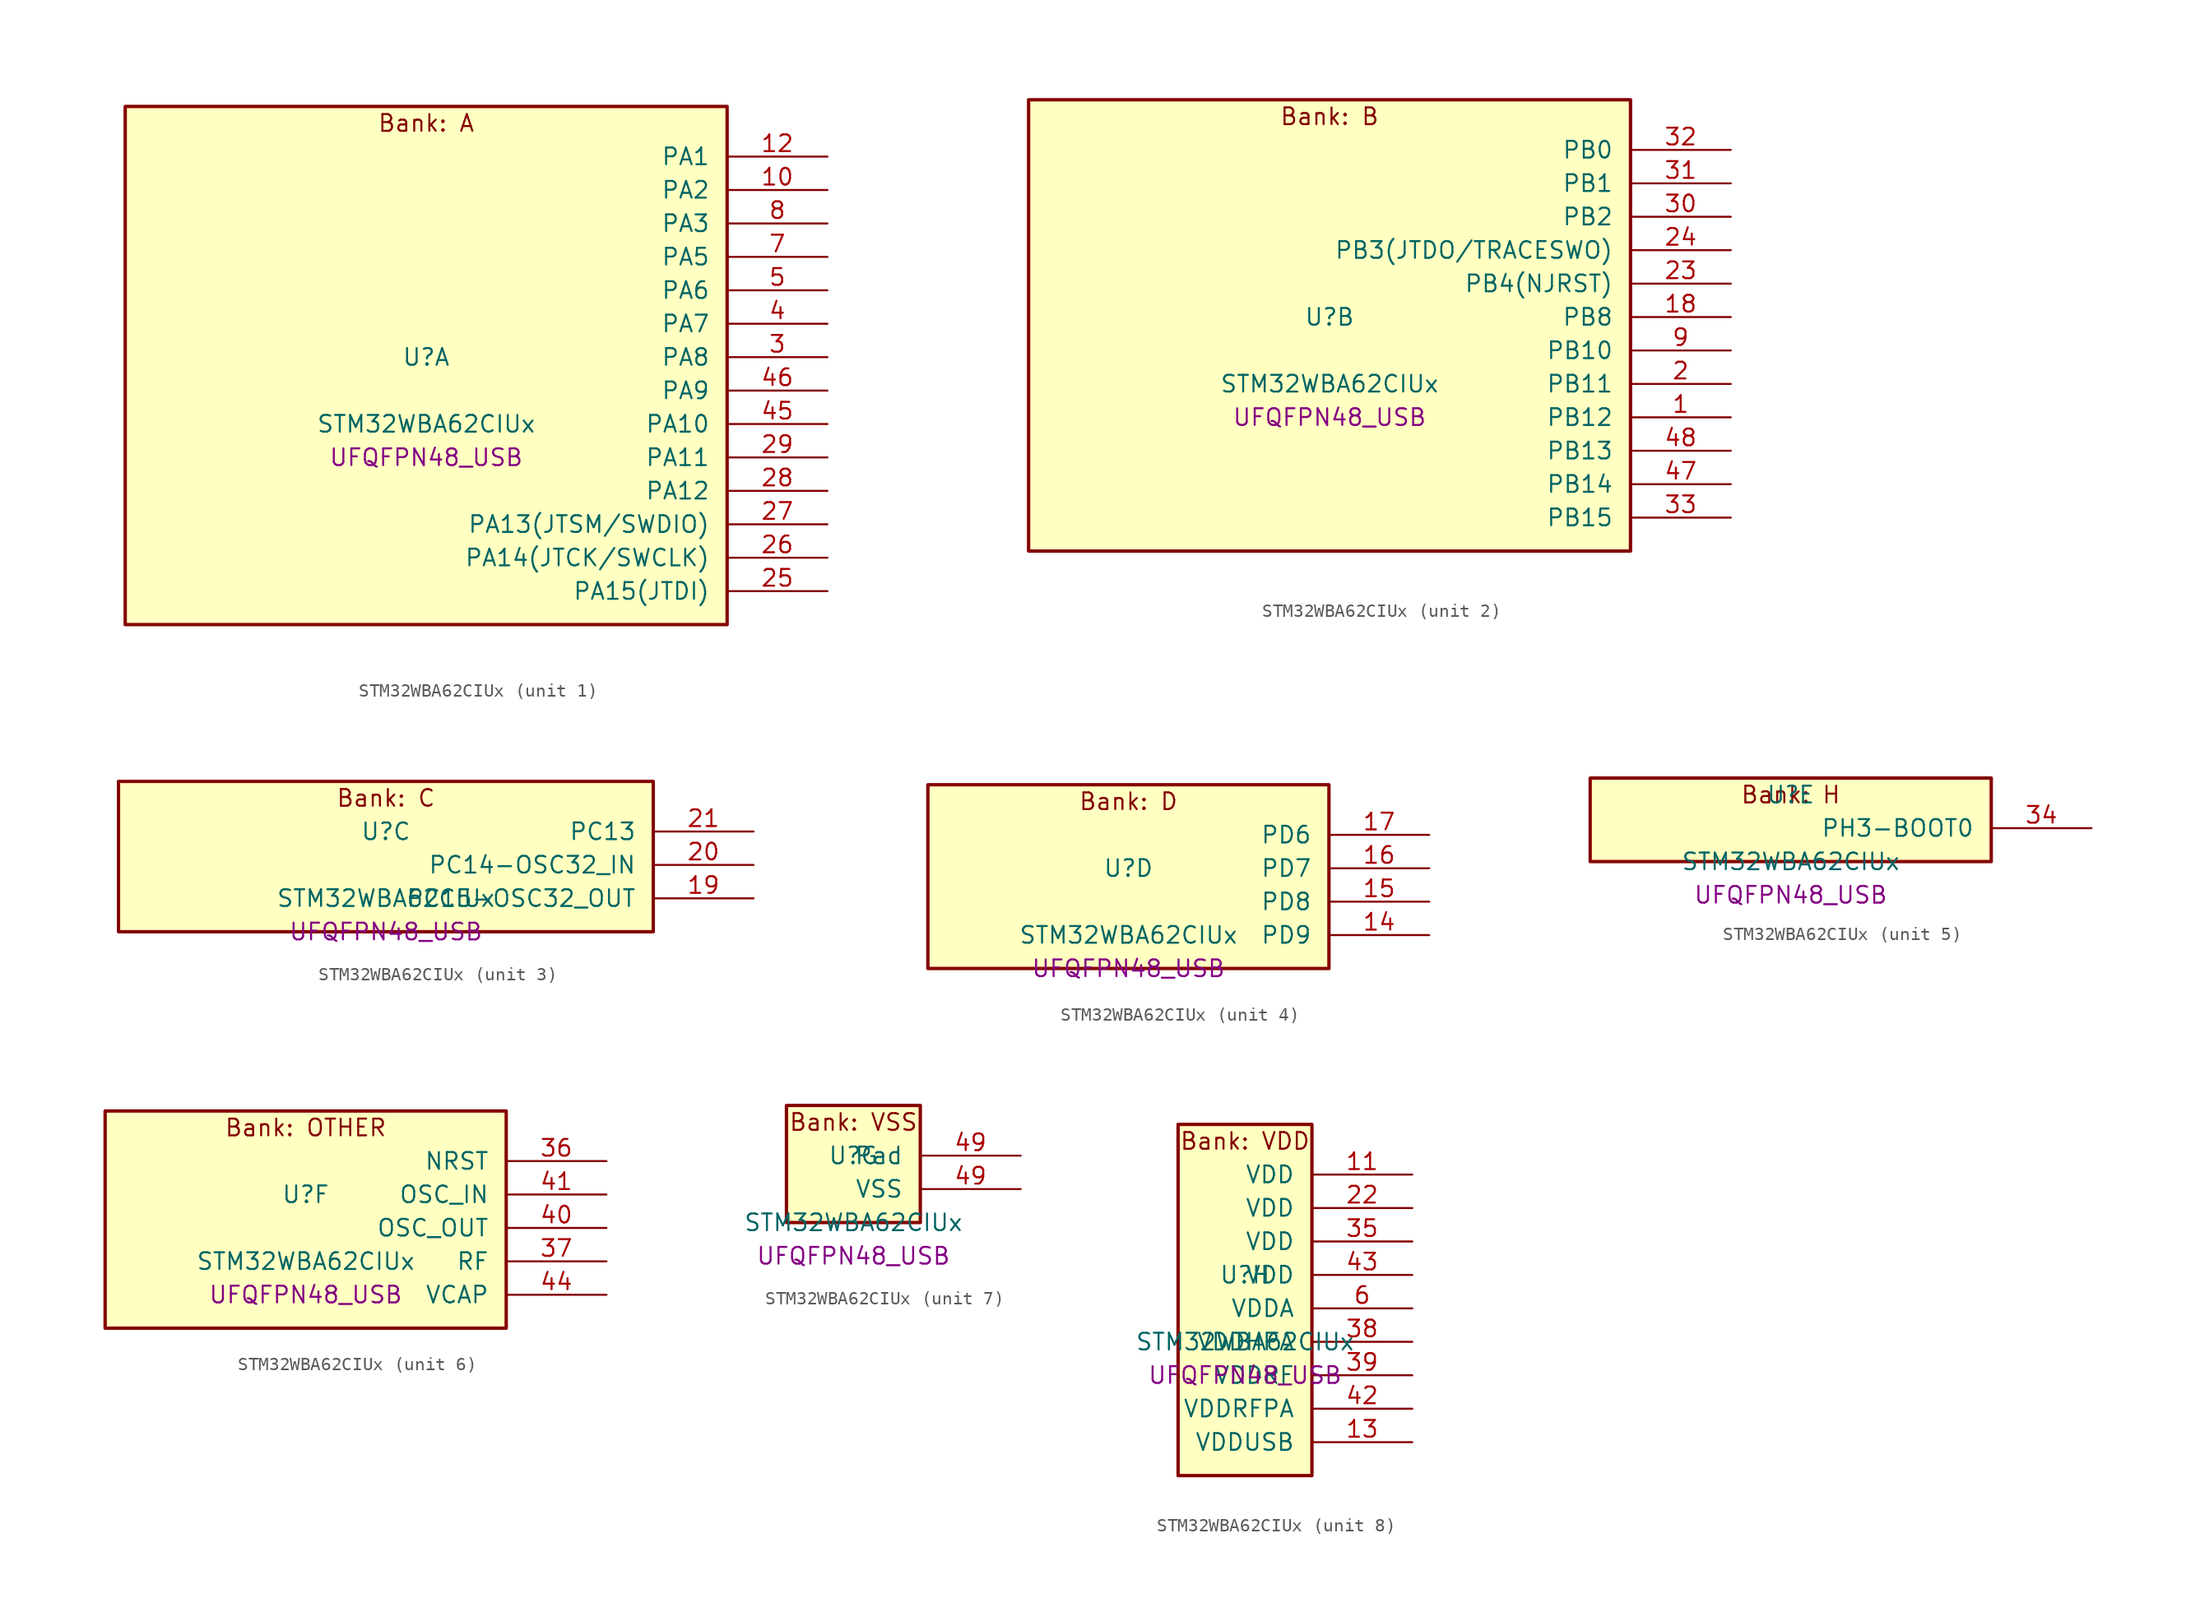
<source format=kicad_sym>
(kicad_symbol_lib
  (version 20241209)
  (generator "stm32_pkl_generator")
  (generator_version "1.0")
  (symbol "STM32WBA62CIUx"
    (pin_names
      (offset 1.27))
    (property "Reference" "U"
      (at 0 2.54 0))
    (property "Value" "STM32WBA62CIUx"
      (at 0 -2.54 0))
    (property "Footprint" "UFQFPN48_USB"
      (at 0 -5.08 0))
    (symbol "STM32WBA62CIUx_1_1"
      (rectangle (start -22.86 21.59) (end 22.86 -17.78) (stroke (width 0.254) (type solid)) (fill (type background)))
      (text "Bank: A" (at 0 20.32 0))
      (pin bidirectional line (at 30.48 17.78 180) (length 7.62) (name "PA1") (number "12") (alternate "PA1/ADC4_IN8" bidirectional line) (alternate "PA1/COMP1_INM" bidirectional line) (alternate "PA1/LPTIM2_CH2" bidirectional line) (alternate "PA1/LPUART1_RX" bidirectional line) (alternate "PA1/PWR_WKUP3" bidirectional line) (alternate "PA1/SAI1_CK1" bidirectional line) (alternate "PA1/SPI1_RDY" bidirectional line) (alternate "PA1/SPI3_MISO" bidirectional line) (alternate "PA1/TIM17_CH1" bidirectional line) (alternate "PA1/TIM1_CH1N" bidirectional line) (alternate "PA1/TIM3_CH2" bidirectional line) (alternate "PA1/TSC_G2_IO1" bidirectional line) (alternate "PA1/USART1_CK" bidirectional line))
      (pin bidirectional line (at 30.48 15.24 180) (length 7.62) (name "PA2") (number "10") (alternate "PA2/ADC4_IN7" bidirectional line) (alternate "PA2/COMP1_INP" bidirectional line) (alternate "PA2/LPUART1_TX" bidirectional line) (alternate "PA2/PWR_WKUP4" bidirectional line) (alternate "PA2/RCC_LSCO" bidirectional line) (alternate "PA2/SAI1_D1" bidirectional line) (alternate "PA2/TIM16_CH1" bidirectional line) (alternate "PA2/TIM1_BKIN" bidirectional line) (alternate "PA2/TIM3_CH1" bidirectional line) (alternate "PA2/TSC_G4_IO4" bidirectional line) (alternate "PA2/USART1_DE" bidirectional line) (alternate "PA2/USART1_RTS" bidirectional line))
      (pin bidirectional line (at 30.48 12.7 180) (length 7.62) (name "PA3") (number "8") (alternate "PA3/ADC4_IN6" bidirectional line) (alternate "PA3/PWR_WKUP5" bidirectional line) (alternate "PA3/TIM16_CH1N" bidirectional line) (alternate "PA3/TSC_G4_IO2" bidirectional line) (alternate "PA3/USART1_DE" bidirectional line) (alternate "PA3/USART1_RTS" bidirectional line))
      (pin bidirectional line (at 30.48 10.16 180) (length 7.62) (name "PA5") (number "7") (alternate "PA5/ADC4_IN4" bidirectional line) (alternate "PA5/AUDIOCLK" bidirectional line) (alternate "PA5/LPTIM2_ETR" bidirectional line) (alternate "PA5/PWR_CSLEEP" bidirectional line) (alternate "PA5/PWR_WKUP6" bidirectional line) (alternate "PA5/SAI1_D2" bidirectional line) (alternate "PA5/SPI3_NSS" bidirectional line) (alternate "PA5/TIM2_CH1" bidirectional line) (alternate "PA5/TIM2_ETR" bidirectional line) (alternate "PA5/TSC_G1_IO4" bidirectional line) (alternate "PA5/USART1_CK" bidirectional line) (alternate "PA5/USART3_RX" bidirectional line))
      (pin bidirectional line (at 30.48 7.62 180) (length 7.62) (name "PA6") (number "5") (alternate "PA6/ADC4_IN3" bidirectional line) (alternate "PA6/I2C3_SCL" bidirectional line) (alternate "PA6/PWR_CSTOP" bidirectional line) (alternate "PA6/PWR_WKUP7" bidirectional line) (alternate "PA6/SAI1_CK2" bidirectional line) (alternate "PA6/SAI1_MCLK_A" bidirectional line) (alternate "PA6/SPI3_RDY" bidirectional line) (alternate "PA6/TIM2_CH4" bidirectional line) (alternate "PA6/TSC_G1_IO3" bidirectional line) (alternate "PA6/USART1_DE" bidirectional line) (alternate "PA6/USART1_RTS" bidirectional line) (alternate "PA6/USART3_CTS" bidirectional line))
      (pin bidirectional line (at 30.48 5.08 180) (length 7.62) (name "PA7") (number "4") (alternate "PA7/ADC4_IN2" bidirectional line) (alternate "PA7/COMP1_OUT" bidirectional line) (alternate "PA7/I2C3_SDA" bidirectional line) (alternate "PA7/PWR_WKUP8" bidirectional line) (alternate "PA7/SAI1_SCK_A" bidirectional line) (alternate "PA7/SPI3_SCK" bidirectional line) (alternate "PA7/TAMP_IN1" bidirectional line) (alternate "PA7/TAMP_OUT2" bidirectional line) (alternate "PA7/TIM2_CH3" bidirectional line) (alternate "PA7/TSC_G1_IO2" bidirectional line) (alternate "PA7/USART1_CTS" bidirectional line) (alternate "PA7/USART3_TX" bidirectional line))
      (pin bidirectional line (at 30.48 2.54 180) (length 7.62) (name "PA8") (number "3") (alternate "PA8/ADC4_IN1" bidirectional line) (alternate "PA8/LPTIM1_CH2" bidirectional line) (alternate "PA8/RCC_MCO" bidirectional line) (alternate "PA8/SAI1_FS_A" bidirectional line) (alternate "PA8/SPI3_RDY" bidirectional line) (alternate "PA8/TIM2_CH2" bidirectional line) (alternate "PA8/TSC_G1_IO1" bidirectional line) (alternate "PA8/USART1_RX" bidirectional line) (alternate "PA8/USB_OTG_HS_SOF" bidirectional line))
      (pin bidirectional line (at 30.48 0 180) (length 7.62) (name "PA9") (number "46") (alternate "PA9/LPUART1_DE" bidirectional line) (alternate "PA9/LPUART1_RTS" bidirectional line) (alternate "PA9/SAI1_CK1" bidirectional line) (alternate "PA9/TIM3_CH2" bidirectional line))
      (pin bidirectional line (at 30.48 -2.54 180) (length 7.62) (name "PA10") (number "45") (alternate "PA10/LPUART1_RX" bidirectional line) (alternate "PA10/SAI1_D1" bidirectional line) (alternate "PA10/TIM3_CH1" bidirectional line))
      (pin bidirectional line (at 30.48 -5.08 180) (length 7.62) (name "PA11") (number "29") (alternate "PA11/LPTIM2_CH1" bidirectional line) (alternate "PA11/RF_ANTSW1" bidirectional line) (alternate "PA11/TIM1_CH1" bidirectional line) (alternate "PA11/USART2_RX" bidirectional line))
      (pin bidirectional line (at 30.48 -7.62 180) (length 7.62) (name "PA12") (number "28") (alternate "PA12/PTA_STATUS" bidirectional line) (alternate "PA12/PWR_WKUP6" bidirectional line) (alternate "PA12/RF_ANTSW0" bidirectional line) (alternate "PA12/SPI1_NSS" bidirectional line) (alternate "PA12/TIM1_CH2" bidirectional line) (alternate "PA12/TSC_G3_IO4" bidirectional line) (alternate "PA12/USART2_TX" bidirectional line))
      (pin bidirectional line (at 30.48 -10.16 180) (length 7.62) (name "PA13(JTSM/SWDIO)") (number "27") (alternate "PA13(JTSM/SWDIO)/DEBUG_JTMS-SWDIO" bidirectional line) (alternate "PA13(JTSM/SWDIO)/PTA_PRIORITY" bidirectional line))
      (pin bidirectional line (at 30.48 -12.7 180) (length 7.62) (name "PA14(JTCK/SWCLK)") (number "26") (alternate "PA14(JTCK/SWCLK)/DEBUG_JTCK-SWCLK" bidirectional line) (alternate "PA14(JTCK/SWCLK)/I2C4_SMBA" bidirectional line) (alternate "PA14(JTCK/SWCLK)/PTA_STATUS" bidirectional line) (alternate "PA14(JTCK/SWCLK)/TAMP_IN3" bidirectional line) (alternate "PA14(JTCK/SWCLK)/TAMP_OUT6" bidirectional line) (alternate "PA14(JTCK/SWCLK)/USART2_TX" bidirectional line) (alternate "PA14(JTCK/SWCLK)/USB_OTG_HS_SOF" bidirectional line))
      (pin bidirectional line (at 30.48 -15.24 180) (length 7.62) (name "PA15(JTDI)") (number "25") (alternate "PA15(JTDI)/ADC4_EXTI15" bidirectional line) (alternate "PA15(JTDI)/DEBUG_JTDI" bidirectional line) (alternate "PA15(JTDI)/I2C1_SCL" bidirectional line) (alternate "PA15(JTDI)/LPTIM1_CH2" bidirectional line) (alternate "PA15(JTDI)/PTA_STATUS" bidirectional line) (alternate "PA15(JTDI)/SPI1_MOSI" bidirectional line) (alternate "PA15(JTDI)/TIM17_BKIN" bidirectional line) (alternate "PA15(JTDI)/TIM1_ETR" bidirectional line) (alternate "PA15(JTDI)/TSC_G3_IO3" bidirectional line) (alternate "PA15(JTDI)/USART2_DE" bidirectional line) (alternate "PA15(JTDI)/USART2_RTS" bidirectional line) (alternate "PA15(JTDI)/USART3_DE" bidirectional line) (alternate "PA15(JTDI)/USART3_RTS" bidirectional line)))
    (symbol "STM32WBA62CIUx_2_1"
      (rectangle (start -22.86 19.05) (end 22.86 -15.24) (stroke (width 0.254) (type solid)) (fill (type background)))
      (text "Bank: B" (at 0 17.78 0))
      (pin bidirectional line (at 30.48 15.24 180) (length 7.62) (name "PB0") (number "32") (alternate "PB0/LPTIM2_IN2" bidirectional line) (alternate "PB0/TIM1_CH3N" bidirectional line) (alternate "PB0/USART2_TX" bidirectional line) (alternate "PB0/USART3_CK" bidirectional line))
      (pin bidirectional line (at 30.48 12.7 180) (length 7.62) (name "PB1") (number "31") (alternate "PB1/I2C1_SDA" bidirectional line) (alternate "PB1/I2C3_SDA" bidirectional line) (alternate "PB1/PWR_WKUP4" bidirectional line) (alternate "PB1/TIM1_CH2N" bidirectional line) (alternate "PB1/USART2_DE" bidirectional line) (alternate "PB1/USART2_RTS" bidirectional line) (alternate "PB1/USART3_DE" bidirectional line) (alternate "PB1/USART3_RTS" bidirectional line))
      (pin bidirectional line (at 30.48 10.16 180) (length 7.62) (name "PB2") (number "30") (alternate "PB2/I2C1_SCL" bidirectional line) (alternate "PB2/I2C3_SCL" bidirectional line) (alternate "PB2/PWR_WKUP1" bidirectional line) (alternate "PB2/RF_ANTSW2" bidirectional line) (alternate "PB2/RTC_OUT2" bidirectional line) (alternate "PB2/TIM1_CH1N" bidirectional line) (alternate "PB2/USART2_CTS" bidirectional line))
      (pin bidirectional line (at 30.48 7.62 180) (length 7.62) (name "PB3(JTDO/TRACESWO)") (number "24") (alternate "PB3(JTDO/TRACESWO)/DEBUG_JTDO-SWO" bidirectional line) (alternate "PB3(JTDO/TRACESWO)/I2C1_SDA" bidirectional line) (alternate "PB3(JTDO/TRACESWO)/LPTIM1_IN2" bidirectional line) (alternate "PB3(JTDO/TRACESWO)/PTA_ACTIVE" bidirectional line) (alternate "PB3(JTDO/TRACESWO)/SPI1_MISO" bidirectional line) (alternate "PB3(JTDO/TRACESWO)/TIM17_CH1N" bidirectional line) (alternate "PB3(JTDO/TRACESWO)/TIM1_CH4" bidirectional line) (alternate "PB3(JTDO/TRACESWO)/TSC_G3_IO2" bidirectional line) (alternate "PB3(JTDO/TRACESWO)/USART2_CK" bidirectional line))
      (pin bidirectional line (at 30.48 5.08 180) (length 7.62) (name "PB4(NJRST)") (number "23") (alternate "PB4(NJRST)/DEBUG_NJTRST" bidirectional line) (alternate "PB4(NJRST)/LPTIM2_IN2" bidirectional line) (alternate "PB4(NJRST)/PTA_ACTIVE" bidirectional line) (alternate "PB4(NJRST)/PTA_PRIORITY" bidirectional line) (alternate "PB4(NJRST)/SAI1_MCLK_B" bidirectional line) (alternate "PB4(NJRST)/SPI1_SCK" bidirectional line) (alternate "PB4(NJRST)/TIM17_CH1" bidirectional line) (alternate "PB4(NJRST)/TIM1_CH3" bidirectional line) (alternate "PB4(NJRST)/TSC_G3_IO1" bidirectional line) (alternate "PB4(NJRST)/USART2_RX" bidirectional line))
      (pin bidirectional line (at 30.48 2.54 180) (length 7.62) (name "PB8") (number "18") (alternate "PB8/COMP1_OUT" bidirectional line) (alternate "PB8/LPTIM1_ETR" bidirectional line) (alternate "PB8/PWR_PVD_IN" bidirectional line) (alternate "PB8/SPI3_MOSI" bidirectional line) (alternate "PB8/TIM16_CH1N" bidirectional line) (alternate "PB8/TIM1_CH1" bidirectional line) (alternate "PB8/TIM3_ETR" bidirectional line) (alternate "PB8/TIM4_CH3" bidirectional line) (alternate "PB8/TSC_G2_IO4" bidirectional line) (alternate "PB8/USART2_RX" bidirectional line))
      (pin bidirectional line (at 30.48 0 180) (length 7.62) (name "PB10") (number "9") (alternate "PB10/I2C2_SCL" bidirectional line) (alternate "PB10/I2C4_SCL" bidirectional line) (alternate "PB10/TIM16_BKIN" bidirectional line) (alternate "PB10/TSC_G4_IO3" bidirectional line) (alternate "PB10/USART1_CK" bidirectional line) (alternate "PB10/USART3_TX" bidirectional line))
      (pin bidirectional line (at 30.48 -2.54 180) (length 7.62) (name "PB11") (number "2") (alternate "PB11/I2C2_SDA" bidirectional line) (alternate "PB11/I2C4_SDA" bidirectional line) (alternate "PB11/LPTIM1_CH1" bidirectional line) (alternate "PB11/LPTIM1_ETR" bidirectional line) (alternate "PB11/LPUART1_TX" bidirectional line) (alternate "PB11/USART3_RX" bidirectional line))
      (pin bidirectional line (at 30.48 -5.08 180) (length 7.62) (name "PB12") (number "1") (alternate "PB12/I2C2_SMBA" bidirectional line) (alternate "PB12/SAI1_SD_A" bidirectional line) (alternate "PB12/SPI1_RDY" bidirectional line) (alternate "PB12/TIM2_CH1" bidirectional line) (alternate "PB12/TIM2_ETR" bidirectional line) (alternate "PB12/TIM3_ETR" bidirectional line) (alternate "PB12/TSC_SYNC" bidirectional line) (alternate "PB12/USART1_TX" bidirectional line) (alternate "PB12/USART3_CK" bidirectional line))
      (pin bidirectional line (at 30.48 -7.62 180) (length 7.62) (name "PB13") (number "48") (alternate "PB13/I2C2_SCL" bidirectional line) (alternate "PB13/TIM3_CH4" bidirectional line) (alternate "PB13/TSC_G6_IO2" bidirectional line) (alternate "PB13/USART3_CTS" bidirectional line))
      (pin bidirectional line (at 30.48 -10.16 180) (length 7.62) (name "PB14") (number "47") (alternate "PB14/I2C2_SDA" bidirectional line) (alternate "PB14/PWR_WKUP7" bidirectional line) (alternate "PB14/RTC_REFIN" bidirectional line) (alternate "PB14/SAI1_SD_A" bidirectional line) (alternate "PB14/TIM3_CH3" bidirectional line) (alternate "PB14/TSC_G6_IO1" bidirectional line) (alternate "PB14/USART1_TX" bidirectional line) (alternate "PB14/USART3_DE" bidirectional line) (alternate "PB14/USART3_RTS" bidirectional line))
      (pin bidirectional line (at 30.48 -12.7 180) (length 7.62) (name "PB15") (number "33") (alternate "PB15/ADC4_EXTI15" bidirectional line) (alternate "PB15/I2C1_SMBA" bidirectional line) (alternate "PB15/I2C3_SMBA" bidirectional line) (alternate "PB15/LPUART1_CTS" bidirectional line) (alternate "PB15/PTA_GRANT" bidirectional line) (alternate "PB15/RF_EXTPABYP" bidirectional line) (alternate "PB15/TIM16_BKIN" bidirectional line) (alternate "PB15/TIM1_BKIN2" bidirectional line) (alternate "PB15/USART2_CTS" bidirectional line)))
    (symbol "STM32WBA62CIUx_3_1"
      (rectangle (start -20.32 6.35) (end 20.32 -5.08) (stroke (width 0.254) (type solid)) (fill (type background)))
      (text "Bank: C" (at 0 5.08 0))
      (pin bidirectional line (at 27.94 2.54 180) (length 7.62) (name "PC13") (number "21") (alternate "PC13/PWR_WKUP2" bidirectional line) (alternate "PC13/RTC_OUT1" bidirectional line) (alternate "PC13/RTC_TS" bidirectional line) (alternate "PC13/TAMP_IN4" bidirectional line) (alternate "PC13/TAMP_OUT5" bidirectional line) (alternate "PC13/TIM1_BKIN2" bidirectional line) (alternate "PC13/TSC_G5_IO1" bidirectional line))
      (pin bidirectional line (at 27.94 0 180) (length 7.62) (name "PC14-OSC32_IN") (number "20") (alternate "PC14-OSC32_IN/RCC_OSC32_IN" bidirectional line))
      (pin bidirectional line (at 27.94 -2.54 180) (length 7.62) (name "PC15-OSC32_OUT") (number "19") (alternate "PC15-OSC32_OUT/ADC4_EXTI15" bidirectional line) (alternate "PC15-OSC32_OUT/RCC_OSC32_OUT" bidirectional line)))
    (symbol "STM32WBA62CIUx_4_1"
      (rectangle (start -15.24 8.89) (end 15.24 -5.08) (stroke (width 0.254) (type solid)) (fill (type background)))
      (text "Bank: D" (at 0 7.62 0))
      (pin bidirectional line (at 22.86 5.08 180) (length 7.62) (name "PD6") (number "17") (alternate "PD6/USB_OTG_HS_DP" bidirectional line))
      (pin bidirectional line (at 22.86 2.54 180) (length 7.62) (name "PD7") (number "16") (alternate "PD7/USB_OTG_HS_DM" bidirectional line))
      (pin bidirectional line (at 22.86 0 180) (length 7.62) (name "PD8") (number "15") (alternate "PD8/USART2_CK" bidirectional line) (alternate "PD8/USB_OTG_HS_ID" bidirectional line))
      (pin bidirectional line (at 22.86 -2.54 180) (length 7.62) (name "PD9") (number "14") (alternate "PD9/USART2_TX" bidirectional line) (alternate "PD9/USART3_TX" bidirectional line) (alternate "PD9/USB_OTG_HS_VBUS" bidirectional line)))
    (symbol "STM32WBA62CIUx_5_1"
      (rectangle (start -15.24 3.81) (end 15.24 -2.54) (stroke (width 0.254) (type solid)) (fill (type background)))
      (text "Bank: H" (at 0 2.54 0))
      (pin bidirectional line (at 22.86 0 180) (length 7.62) (name "PH3-BOOT0") (number "34") (alternate "PH3-BOOT0/PTA_GRANT" bidirectional line) (alternate "PH3-BOOT0/RF_EXTPABYP" bidirectional line) (alternate "PH3-BOOT0/TAMP_IN2" bidirectional line) (alternate "PH3-BOOT0/TAMP_OUT1" bidirectional line)))
    (symbol "STM32WBA62CIUx_6_1"
      (rectangle (start -15.24 8.89) (end 15.24 -7.62) (stroke (width 0.254) (type solid)) (fill (type background)))
      (text "Bank: OTHER" (at 0 7.62 0))
      (pin input line (at 22.86 5.08 180) (length 7.62) (name "NRST") (number "36"))
      (pin bidirectional line (at 22.86 2.54 180) (length 7.62) (name "OSC_IN") (number "41") (alternate "OSC_IN/RCC_OSC_IN" bidirectional line))
      (pin bidirectional line (at 22.86 0 180) (length 7.62) (name "OSC_OUT") (number "40") (alternate "OSC_OUT/RCC_OSC_OUT" bidirectional line))
      (pin bidirectional line (at 22.86 -2.54 180) (length 7.62) (name "RF") (number "37"))
      (pin power_in line (at 22.86 -5.08 180) (length 7.62) (name "VCAP") (number "44")))
    (symbol "STM32WBA62CIUx_7_1"
      (rectangle (start -5.08 6.35) (end 5.08 -2.54) (stroke (width 0.254) (type solid)) (fill (type background)))
      (text "Bank: VSS" (at 0 5.08 0))
      (pin passive line (at 12.7 2.54 180) (length 7.62) (name "Pad") (number "49"))
      (pin power_in line (at 12.7 0 180) (length 7.62) (name "VSS") (number "49")))
    (symbol "STM32WBA62CIUx_8_1"
      (rectangle (start -5.08 13.97) (end 5.08 -12.7) (stroke (width 0.254) (type solid)) (fill (type background)))
      (text "Bank: VDD" (at 0 12.7 0))
      (pin power_in line (at 12.7 10.16 180) (length 7.62) (name "VDD") (number "11"))
      (pin power_in line (at 12.7 7.62 180) (length 7.62) (name "VDD") (number "22"))
      (pin power_in line (at 12.7 5.08 180) (length 7.62) (name "VDD") (number "35"))
      (pin power_in line (at 12.7 2.54 180) (length 7.62) (name "VDD") (number "43"))
      (pin power_in line (at 12.7 0 180) (length 7.62) (name "VDDA") (number "6"))
      (pin power_in line (at 12.7 -2.54 180) (length 7.62) (name "VDDHPA") (number "38"))
      (pin power_in line (at 12.7 -5.08 180) (length 7.62) (name "VDDRF") (number "39"))
      (pin power_in line (at 12.7 -7.62 180) (length 7.62) (name "VDDRFPA") (number "42"))
      (pin power_in line (at 12.7 -10.16 180) (length 7.62) (name "VDDUSB") (number "13")))))
</source>
